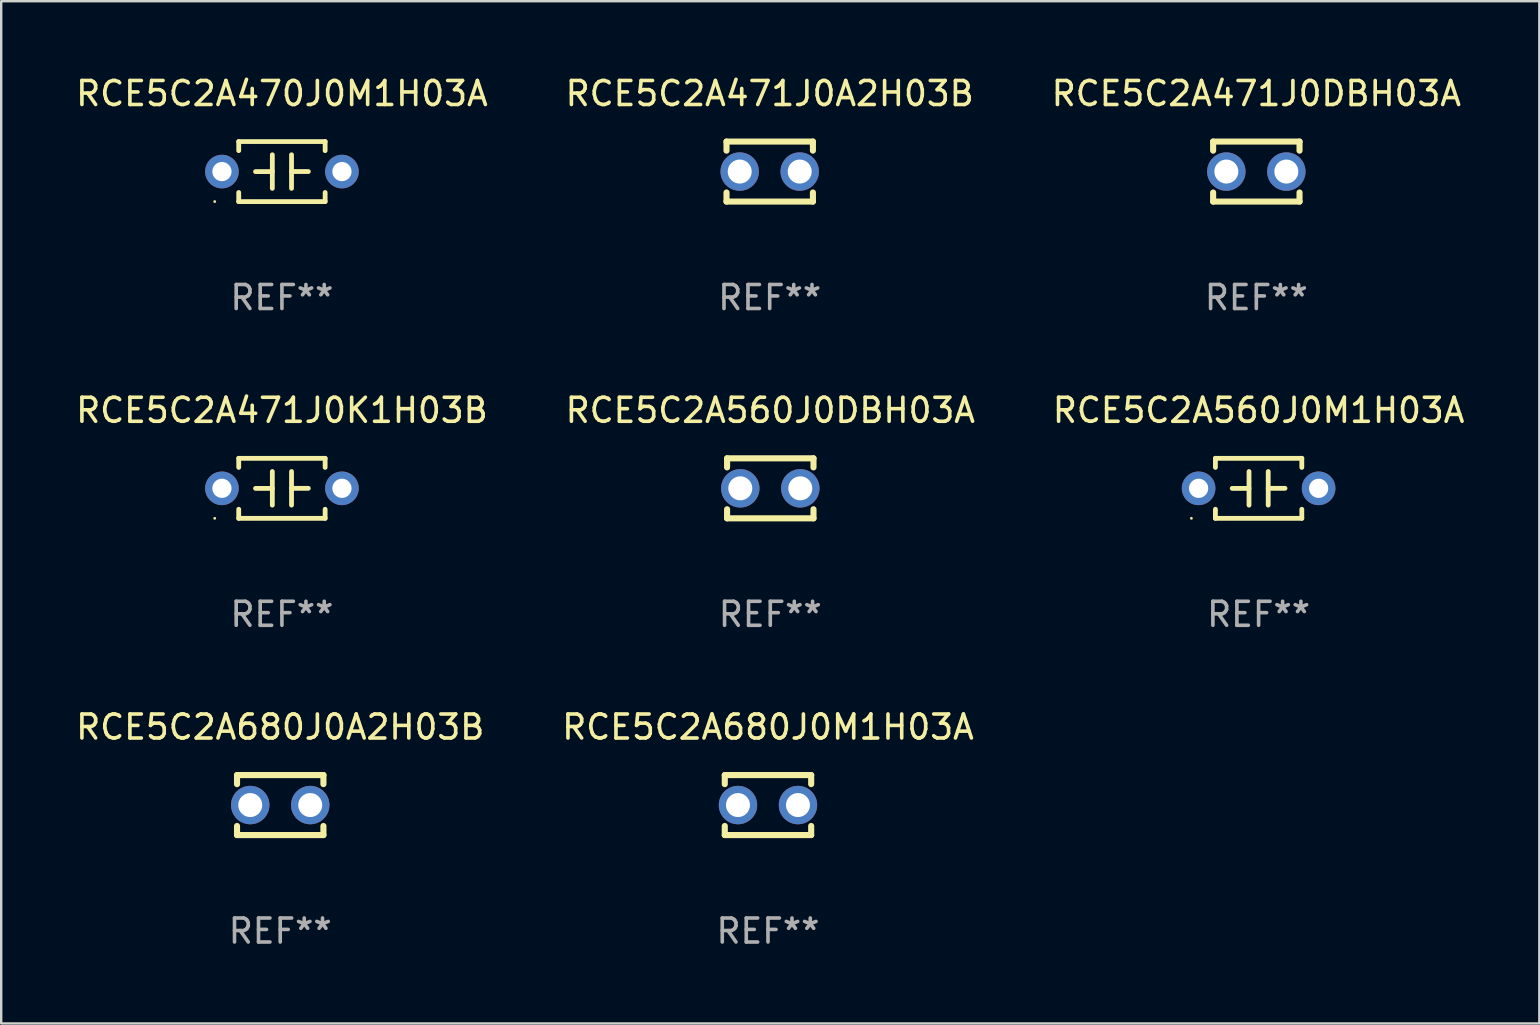
<source format=kicad_pcb>
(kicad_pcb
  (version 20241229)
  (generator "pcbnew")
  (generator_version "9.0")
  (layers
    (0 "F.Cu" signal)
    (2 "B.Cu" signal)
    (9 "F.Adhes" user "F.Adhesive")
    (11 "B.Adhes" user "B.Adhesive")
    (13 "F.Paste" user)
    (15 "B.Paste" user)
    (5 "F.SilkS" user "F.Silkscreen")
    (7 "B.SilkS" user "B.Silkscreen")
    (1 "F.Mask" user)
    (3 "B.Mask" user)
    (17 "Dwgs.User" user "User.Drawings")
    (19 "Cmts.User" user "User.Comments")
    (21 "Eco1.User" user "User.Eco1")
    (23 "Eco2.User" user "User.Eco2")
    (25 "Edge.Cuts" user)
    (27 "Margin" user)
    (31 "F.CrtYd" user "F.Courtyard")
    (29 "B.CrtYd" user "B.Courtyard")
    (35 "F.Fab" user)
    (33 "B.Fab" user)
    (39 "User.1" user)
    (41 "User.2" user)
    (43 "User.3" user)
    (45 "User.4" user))
  (footprint "RCE5C2A560J0DBH03A"
    (layer "F.Cu")
    (at 29.042 17.295)
    (property "Reference" "RCE5C2A560J0DBH03A" (at 0 -3.25 0) (layer "F.SilkS") (effects (font (size 1 1) (thickness 0.15))))
    (attr through_hole)
    (fp_line (start -1.8 -1.25) (end -1.8 -0.872) (stroke (width 0.254) (type solid)) (layer "F.SilkS"))
    (fp_line (start -1.8 -1.25) (end 1.8 -1.25) (stroke (width 0.254) (type solid)) (layer "F.SilkS"))
    (fp_line (start -1.8 0.872) (end -1.8 1.25) (stroke (width 0.254) (type solid)) (layer "F.SilkS"))
    (fp_line (start -1.8 1.25) (end 1.8 1.25) (stroke (width 0.254) (type solid)) (layer "F.SilkS"))
    (fp_line (start 1.8 -1.25) (end 1.8 -0.872) (stroke (width 0.254) (type solid)) (layer "F.SilkS"))
    (fp_line (start 1.8 0.872) (end 1.8 1.25) (stroke (width 0.254) (type solid)) (layer "F.SilkS"))
    (fp_circle (center -1.8 1.25) (end -1.77 1.25) (stroke (width 0.06) (type solid)) (fill no) (layer "F.SilkS"))
    (fp_text user "REF**" (at 0 5.25 0) (layer "F.Fab") (effects (font (size 1 1) (thickness 0.15))))
    (pad "1" thru_hole circle (at -1.25 0) (size 1.6 1.6) (drill 1) (layers "*.Cu" "*.Mask"))
    (pad "2" thru_hole circle (at 1.25 0) (size 1.6 1.6) (drill 1) (layers "*.Cu" "*.Mask")))
  (footprint "RCE5C2A680J0M1H03A"
    (layer "F.Cu")
    (at 28.946 30.491)
    (property "Reference" "RCE5C2A680J0M1H03A" (at 0 -3.25 0) (layer "F.SilkS") (effects (font (size 1 1) (thickness 0.15))))
    (attr through_hole)
    (fp_line (start -1.8 -1.25) (end -1.8 -0.872) (stroke (width 0.254) (type solid)) (layer "F.SilkS"))
    (fp_line (start -1.8 -1.25) (end 1.8 -1.25) (stroke (width 0.254) (type solid)) (layer "F.SilkS"))
    (fp_line (start -1.8 0.872) (end -1.8 1.25) (stroke (width 0.254) (type solid)) (layer "F.SilkS"))
    (fp_line (start -1.8 1.25) (end 1.8 1.25) (stroke (width 0.254) (type solid)) (layer "F.SilkS"))
    (fp_line (start 1.8 -1.25) (end 1.8 -0.872) (stroke (width 0.254) (type solid)) (layer "F.SilkS"))
    (fp_line (start 1.8 0.872) (end 1.8 1.25) (stroke (width 0.254) (type solid)) (layer "F.SilkS"))
    (fp_circle (center -1.8 1.25) (end -1.77 1.25) (stroke (width 0.06) (type solid)) (fill no) (layer "F.SilkS"))
    (fp_text user "REF**" (at 0 5.25 0) (layer "F.Fab") (effects (font (size 1 1) (thickness 0.15))))
    (pad "1" thru_hole circle (at -1.25 0) (size 1.6 1.6) (drill 1) (layers "*.Cu" "*.Mask"))
    (pad "2" thru_hole circle (at 1.25 0) (size 1.6 1.6) (drill 1) (layers "*.Cu" "*.Mask")))
  (footprint "RCE5C2A471J0DBH03A"
    (layer "F.Cu")
    (at 49.292 4.098)
    (property "Reference" "RCE5C2A471J0DBH03A" (at 0 -3.25 0) (layer "F.SilkS") (effects (font (size 1 1) (thickness 0.15))))
    (attr through_hole)
    (fp_line (start -1.8 -1.25) (end -1.8 -0.872) (stroke (width 0.254) (type solid)) (layer "F.SilkS"))
    (fp_line (start -1.8 -1.25) (end 1.8 -1.25) (stroke (width 0.254) (type solid)) (layer "F.SilkS"))
    (fp_line (start -1.8 0.872) (end -1.8 1.25) (stroke (width 0.254) (type solid)) (layer "F.SilkS"))
    (fp_line (start -1.8 1.25) (end 1.8 1.25) (stroke (width 0.254) (type solid)) (layer "F.SilkS"))
    (fp_line (start 1.8 -1.25) (end 1.8 -0.872) (stroke (width 0.254) (type solid)) (layer "F.SilkS"))
    (fp_line (start 1.8 0.872) (end 1.8 1.25) (stroke (width 0.254) (type solid)) (layer "F.SilkS"))
    (fp_circle (center -1.8 1.25) (end -1.77 1.25) (stroke (width 0.06) (type solid)) (fill no) (layer "F.SilkS"))
    (fp_text user "REF**" (at 0 5.25 0) (layer "F.Fab") (effects (font (size 1 1) (thickness 0.15))))
    (pad "1" thru_hole circle (at -1.25 0) (size 1.6 1.6) (drill 1) (layers "*.Cu" "*.Mask"))
    (pad "2" thru_hole circle (at 1.25 0) (size 1.6 1.6) (drill 1) (layers "*.Cu" "*.Mask")))
  (footprint "RCE5C2A470J0M1H03A"
    (layer "F.Cu")
    (at 8.696 4.098)
    (property "Reference" "RCE5C2A470J0M1H03A" (at 0 -3.25 0) (layer "F.SilkS") (effects (font (size 1 1) (thickness 0.15))))
    (attr through_hole)
    (fp_line (start -1.8 -1.25) (end -1.8 -0.872) (stroke (width 0.2) (type solid)) (layer "F.SilkS"))
    (fp_line (start -1.8 -1.25) (end 1.8 -1.25) (stroke (width 0.2) (type solid)) (layer "F.SilkS"))
    (fp_line (start -1.8 0.872) (end -1.8 1.25) (stroke (width 0.2) (type solid)) (layer "F.SilkS"))
    (fp_line (start -1.8 1.25) (end 1.8 1.25) (stroke (width 0.2) (type solid)) (layer "F.SilkS"))
    (fp_line (start -0.4 -0.7) (end -0.4 0.7) (stroke (width 0.2) (type solid)) (layer "F.SilkS"))
    (fp_line (start -0.4 0.002) (end -1.1 0.002) (stroke (width 0.2) (type solid)) (layer "F.SilkS"))
    (fp_line (start 0.4 -0.001) (end 1.1 -0.001) (stroke (width 0.2) (type solid)) (layer "F.SilkS"))
    (fp_line (start 0.4 0.7) (end 0.4 -0.7) (stroke (width 0.2) (type solid)) (layer "F.SilkS"))
    (fp_line (start 1.8 -1.25) (end 1.8 -0.872) (stroke (width 0.2) (type solid)) (layer "F.SilkS"))
    (fp_line (start 1.8 0.872) (end 1.8 1.25) (stroke (width 0.2) (type solid)) (layer "F.SilkS"))
    (fp_circle (center -2.8 1.25) (end -2.77 1.25) (stroke (width 0.06) (type solid)) (fill no) (layer "F.SilkS"))
    (fp_text user "REF**" (at 0 5.25 0) (layer "F.Fab") (effects (font (size 1 1) (thickness 0.15))))
    (pad "1" thru_hole circle (at -2.5 0) (size 1.4 1.4) (drill 0.8) (layers "*.Cu" "*.Mask"))
    (pad "2" thru_hole circle (at 2.5 0) (size 1.4 1.4) (drill 0.8) (layers "*.Cu" "*.Mask")))
  (footprint "RCE5C2A471J0A2H03B"
    (layer "F.Cu")
    (at 29.018 4.098)
    (property "Reference" "RCE5C2A471J0A2H03B" (at 0 -3.25 0) (layer "F.SilkS") (effects (font (size 1 1) (thickness 0.15))))
    (attr through_hole)
    (fp_line (start -1.8 -1.25) (end -1.8 -0.872) (stroke (width 0.254) (type solid)) (layer "F.SilkS"))
    (fp_line (start -1.8 -1.25) (end 1.8 -1.25) (stroke (width 0.254) (type solid)) (layer "F.SilkS"))
    (fp_line (start -1.8 0.872) (end -1.8 1.25) (stroke (width 0.254) (type solid)) (layer "F.SilkS"))
    (fp_line (start -1.8 1.25) (end 1.8 1.25) (stroke (width 0.254) (type solid)) (layer "F.SilkS"))
    (fp_line (start 1.8 -1.25) (end 1.8 -0.872) (stroke (width 0.254) (type solid)) (layer "F.SilkS"))
    (fp_line (start 1.8 0.872) (end 1.8 1.25) (stroke (width 0.254) (type solid)) (layer "F.SilkS"))
    (fp_circle (center -1.8 1.25) (end -1.77 1.25) (stroke (width 0.06) (type solid)) (fill no) (layer "F.SilkS"))
    (fp_text user "REF**" (at 0 5.25 0) (layer "F.Fab") (effects (font (size 1 1) (thickness 0.15))))
    (pad "1" thru_hole circle (at -1.25 0) (size 1.6 1.6) (drill 1) (layers "*.Cu" "*.Mask"))
    (pad "2" thru_hole circle (at 1.25 0) (size 1.6 1.6) (drill 1) (layers "*.Cu" "*.Mask")))
  (footprint "RCE5C2A680J0A2H03B"
    (layer "F.Cu")
    (at 8.625 30.491)
    (property "Reference" "RCE5C2A680J0A2H03B" (at 0 -3.25 0) (layer "F.SilkS") (effects (font (size 1 1) (thickness 0.15))))
    (attr through_hole)
    (fp_line (start -1.8 -1.25) (end -1.8 -0.872) (stroke (width 0.254) (type solid)) (layer "F.SilkS"))
    (fp_line (start -1.8 -1.25) (end 1.8 -1.25) (stroke (width 0.254) (type solid)) (layer "F.SilkS"))
    (fp_line (start -1.8 0.872) (end -1.8 1.25) (stroke (width 0.254) (type solid)) (layer "F.SilkS"))
    (fp_line (start -1.8 1.25) (end 1.8 1.25) (stroke (width 0.254) (type solid)) (layer "F.SilkS"))
    (fp_line (start 1.8 -1.25) (end 1.8 -0.872) (stroke (width 0.254) (type solid)) (layer "F.SilkS"))
    (fp_line (start 1.8 0.872) (end 1.8 1.25) (stroke (width 0.254) (type solid)) (layer "F.SilkS"))
    (fp_circle (center -1.8 1.25) (end -1.77 1.25) (stroke (width 0.06) (type solid)) (fill no) (layer "F.SilkS"))
    (fp_text user "REF**" (at 0 5.25 0) (layer "F.Fab") (effects (font (size 1 1) (thickness 0.15))))
    (pad "1" thru_hole circle (at -1.25 0) (size 1.6 1.6) (drill 1) (layers "*.Cu" "*.Mask"))
    (pad "2" thru_hole circle (at 1.25 0) (size 1.6 1.6) (drill 1) (layers "*.Cu" "*.Mask")))
  (footprint "RCE5C2A471J0K1H03B"
    (layer "F.Cu")
    (at 8.696 17.295)
    (property "Reference" "RCE5C2A471J0K1H03B" (at 0 -3.25 0) (layer "F.SilkS") (effects (font (size 1 1) (thickness 0.15))))
    (attr through_hole)
    (fp_line (start -1.8 -1.25) (end -1.8 -0.872) (stroke (width 0.2) (type solid)) (layer "F.SilkS"))
    (fp_line (start -1.8 -1.25) (end 1.8 -1.25) (stroke (width 0.2) (type solid)) (layer "F.SilkS"))
    (fp_line (start -1.8 0.872) (end -1.8 1.25) (stroke (width 0.2) (type solid)) (layer "F.SilkS"))
    (fp_line (start -1.8 1.25) (end 1.8 1.25) (stroke (width 0.2) (type solid)) (layer "F.SilkS"))
    (fp_line (start -0.4 -0.7) (end -0.4 0.7) (stroke (width 0.2) (type solid)) (layer "F.SilkS"))
    (fp_line (start -0.4 0.002) (end -1.1 0.002) (stroke (width 0.2) (type solid)) (layer "F.SilkS"))
    (fp_line (start 0.4 -0.001) (end 1.1 -0.001) (stroke (width 0.2) (type solid)) (layer "F.SilkS"))
    (fp_line (start 0.4 0.7) (end 0.4 -0.7) (stroke (width 0.2) (type solid)) (layer "F.SilkS"))
    (fp_line (start 1.8 -1.25) (end 1.8 -0.872) (stroke (width 0.2) (type solid)) (layer "F.SilkS"))
    (fp_line (start 1.8 0.872) (end 1.8 1.25) (stroke (width 0.2) (type solid)) (layer "F.SilkS"))
    (fp_circle (center -2.8 1.25) (end -2.77 1.25) (stroke (width 0.06) (type solid)) (fill no) (layer "F.SilkS"))
    (fp_text user "REF**" (at 0 5.25 0) (layer "F.Fab") (effects (font (size 1 1) (thickness 0.15))))
    (pad "1" thru_hole circle (at -2.5 0) (size 1.4 1.4) (drill 0.8) (layers "*.Cu" "*.Mask"))
    (pad "2" thru_hole circle (at 2.5 0) (size 1.4 1.4) (drill 0.8) (layers "*.Cu" "*.Mask")))
  (footprint "RCE5C2A560J0M1H03A"
    (layer "F.Cu")
    (at 49.387 17.295)
    (property "Reference" "RCE5C2A560J0M1H03A" (at 0 -3.25 0) (layer "F.SilkS") (effects (font (size 1 1) (thickness 0.15))))
    (attr through_hole)
    (fp_line (start -1.8 -1.25) (end -1.8 -0.872) (stroke (width 0.2) (type solid)) (layer "F.SilkS"))
    (fp_line (start -1.8 -1.25) (end 1.8 -1.25) (stroke (width 0.2) (type solid)) (layer "F.SilkS"))
    (fp_line (start -1.8 0.872) (end -1.8 1.25) (stroke (width 0.2) (type solid)) (layer "F.SilkS"))
    (fp_line (start -1.8 1.25) (end 1.8 1.25) (stroke (width 0.2) (type solid)) (layer "F.SilkS"))
    (fp_line (start -0.4 -0.7) (end -0.4 0.7) (stroke (width 0.2) (type solid)) (layer "F.SilkS"))
    (fp_line (start -0.4 0.002) (end -1.1 0.002) (stroke (width 0.2) (type solid)) (layer "F.SilkS"))
    (fp_line (start 0.4 -0.001) (end 1.1 -0.001) (stroke (width 0.2) (type solid)) (layer "F.SilkS"))
    (fp_line (start 0.4 0.7) (end 0.4 -0.7) (stroke (width 0.2) (type solid)) (layer "F.SilkS"))
    (fp_line (start 1.8 -1.25) (end 1.8 -0.872) (stroke (width 0.2) (type solid)) (layer "F.SilkS"))
    (fp_line (start 1.8 0.872) (end 1.8 1.25) (stroke (width 0.2) (type solid)) (layer "F.SilkS"))
    (fp_circle (center -2.8 1.25) (end -2.77 1.25) (stroke (width 0.06) (type solid)) (fill no) (layer "F.SilkS"))
    (fp_text user "REF**" (at 0 5.25 0) (layer "F.Fab") (effects (font (size 1 1) (thickness 0.15))))
    (pad "1" thru_hole circle (at -2.5 0) (size 1.4 1.4) (drill 0.8) (layers "*.Cu" "*.Mask"))
    (pad "2" thru_hole circle (at 2.5 0) (size 1.4 1.4) (drill 0.8) (layers "*.Cu" "*.Mask")))
  (gr_rect
    (start -3 -3)
    (end 61.083 39.59)
    (stroke (width 0.1) (type default))
    (fill no)
    (layer "Edge.Cuts")))
</source>
